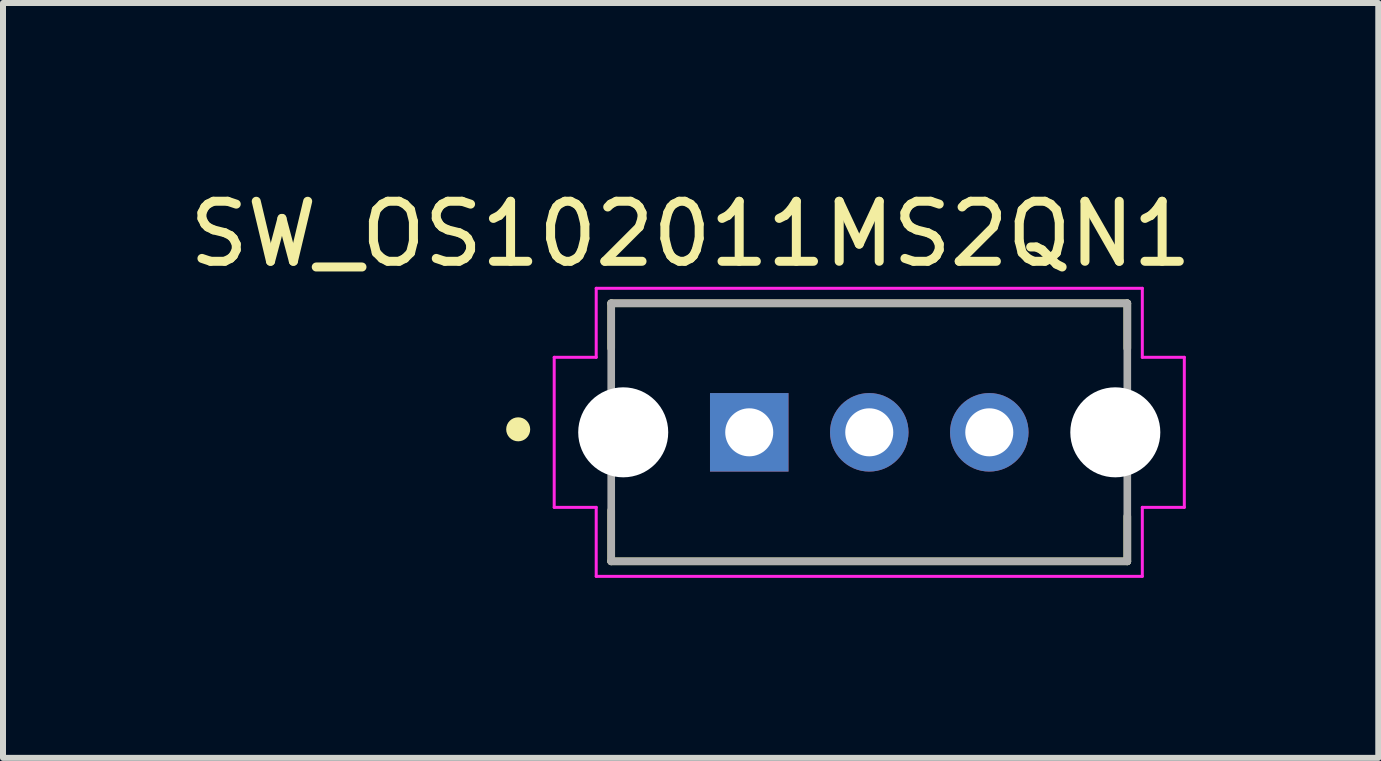
<source format=kicad_pcb>
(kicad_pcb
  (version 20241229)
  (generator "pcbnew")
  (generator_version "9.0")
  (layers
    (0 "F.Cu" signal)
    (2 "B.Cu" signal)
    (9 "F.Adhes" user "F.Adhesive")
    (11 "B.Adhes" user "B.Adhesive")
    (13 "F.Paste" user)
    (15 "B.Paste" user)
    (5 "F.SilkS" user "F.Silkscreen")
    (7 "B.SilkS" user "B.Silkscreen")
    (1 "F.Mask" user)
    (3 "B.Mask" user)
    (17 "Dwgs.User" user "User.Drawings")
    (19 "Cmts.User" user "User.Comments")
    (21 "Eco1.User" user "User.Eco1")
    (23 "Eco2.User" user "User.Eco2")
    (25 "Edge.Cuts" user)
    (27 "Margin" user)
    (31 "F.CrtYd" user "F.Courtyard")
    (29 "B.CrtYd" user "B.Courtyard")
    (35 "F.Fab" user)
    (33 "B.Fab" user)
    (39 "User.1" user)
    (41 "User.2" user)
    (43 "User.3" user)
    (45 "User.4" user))
  (footprint "SW_OS102011MS2QN1"
    (layer "F.Cu")
    (at 11.435 4.154)
    (property "Reference" "SW_OS102011MS2QN1" (at -2.977 -3.305 0) (layer "F.SilkS") (effects (font (size 1 1) (thickness 0.15))))
    (attr through_hole)
    (fp_line (start -4.3 -2.15) (end -4.3 -1.4) (stroke (width 0.127) (type solid)) (layer "F.SilkS"))
    (fp_line (start -4.3 1.3) (end -4.3 2.15) (stroke (width 0.127) (type solid)) (layer "F.SilkS"))
    (fp_line (start -4.3 2.15) (end 4.3 2.15) (stroke (width 0.127) (type solid)) (layer "F.SilkS"))
    (fp_line (start 4.3 -2.15) (end -4.3 -2.15) (stroke (width 0.127) (type solid)) (layer "F.SilkS"))
    (fp_line (start 4.3 -1.4) (end 4.3 -2.15) (stroke (width 0.127) (type solid)) (layer "F.SilkS"))
    (fp_line (start 4.3 2.15) (end 4.3 1.4) (stroke (width 0.127) (type solid)) (layer "F.SilkS"))
    (fp_circle (center -5.85 -0.05) (end -5.75 -0.05) (stroke (width 0.2) (type solid)) (fill no) (layer "F.SilkS"))
    (fp_line (start -5.25 -1.25) (end -4.55 -1.25) (stroke (width 0.05) (type solid)) (layer "F.CrtYd"))
    (fp_line (start -5.25 1.25) (end -5.25 -1.25) (stroke (width 0.05) (type solid)) (layer "F.CrtYd"))
    (fp_line (start -4.55 -2.4) (end 4.55 -2.4) (stroke (width 0.05) (type solid)) (layer "F.CrtYd"))
    (fp_line (start -4.55 -1.25) (end -4.55 -2.4) (stroke (width 0.05) (type solid)) (layer "F.CrtYd"))
    (fp_line (start -4.55 1.25) (end -5.25 1.25) (stroke (width 0.05) (type solid)) (layer "F.CrtYd"))
    (fp_line (start -4.55 2.4) (end -4.55 1.25) (stroke (width 0.05) (type solid)) (layer "F.CrtYd"))
    (fp_line (start 4.55 -2.4) (end 4.55 -1.25) (stroke (width 0.05) (type solid)) (layer "F.CrtYd"))
    (fp_line (start 4.55 -1.25) (end 5.25 -1.25) (stroke (width 0.05) (type solid)) (layer "F.CrtYd"))
    (fp_line (start 4.55 1.25) (end 4.55 2.4) (stroke (width 0.05) (type solid)) (layer "F.CrtYd"))
    (fp_line (start 4.55 2.4) (end -4.55 2.4) (stroke (width 0.05) (type solid)) (layer "F.CrtYd"))
    (fp_line (start 5.25 -1.25) (end 5.25 1.25) (stroke (width 0.05) (type solid)) (layer "F.CrtYd"))
    (fp_line (start 5.25 1.25) (end 4.55 1.25) (stroke (width 0.05) (type solid)) (layer "F.CrtYd"))
    (fp_line (start -4.3 -2.15) (end 4.3 -2.15) (stroke (width 0.127) (type solid)) (layer "F.Fab"))
    (fp_line (start -4.3 2.15) (end -4.3 -2.15) (stroke (width 0.127) (type solid)) (layer "F.Fab"))
    (fp_line (start 4.3 -2.15) (end 4.3 2.15) (stroke (width 0.127) (type solid)) (layer "F.Fab"))
    (fp_line (start 4.3 2.15) (end -4.3 2.15) (stroke (width 0.127) (type solid)) (layer "F.Fab"))
    (fp_circle (center -2.1 -0.05) (end -2 -0.05) (stroke (width 0.2) (type solid)) (fill no) (layer "F.Fab"))
    (pad "" np_thru_hole circle (at -4.1 0) (size 1.5 1.5) (drill 1.5) (layers "*.Cu" "*.Mask"))
    (pad "" np_thru_hole circle (at 4.1 0) (size 1.5 1.5) (drill 1.5) (layers "*.Cu" "*.Mask"))
    (pad "1" thru_hole rect (at -2 0) (size 1.308 1.308) (drill 0.8) (layers "*.Cu" "*.Mask"))
    (pad "2" thru_hole circle (at 0 0) (size 1.308 1.308) (drill 0.8) (layers "*.Cu" "*.Mask"))
    (pad "3" thru_hole circle (at 2 0) (size 1.308 1.308) (drill 0.8) (layers "*.Cu" "*.Mask")))
  (gr_rect
    (start -3 -3)
    (end 19.917 9.579)
    (stroke (width 0.1) (type default))
    (fill no)
    (layer "Edge.Cuts")))
</source>
